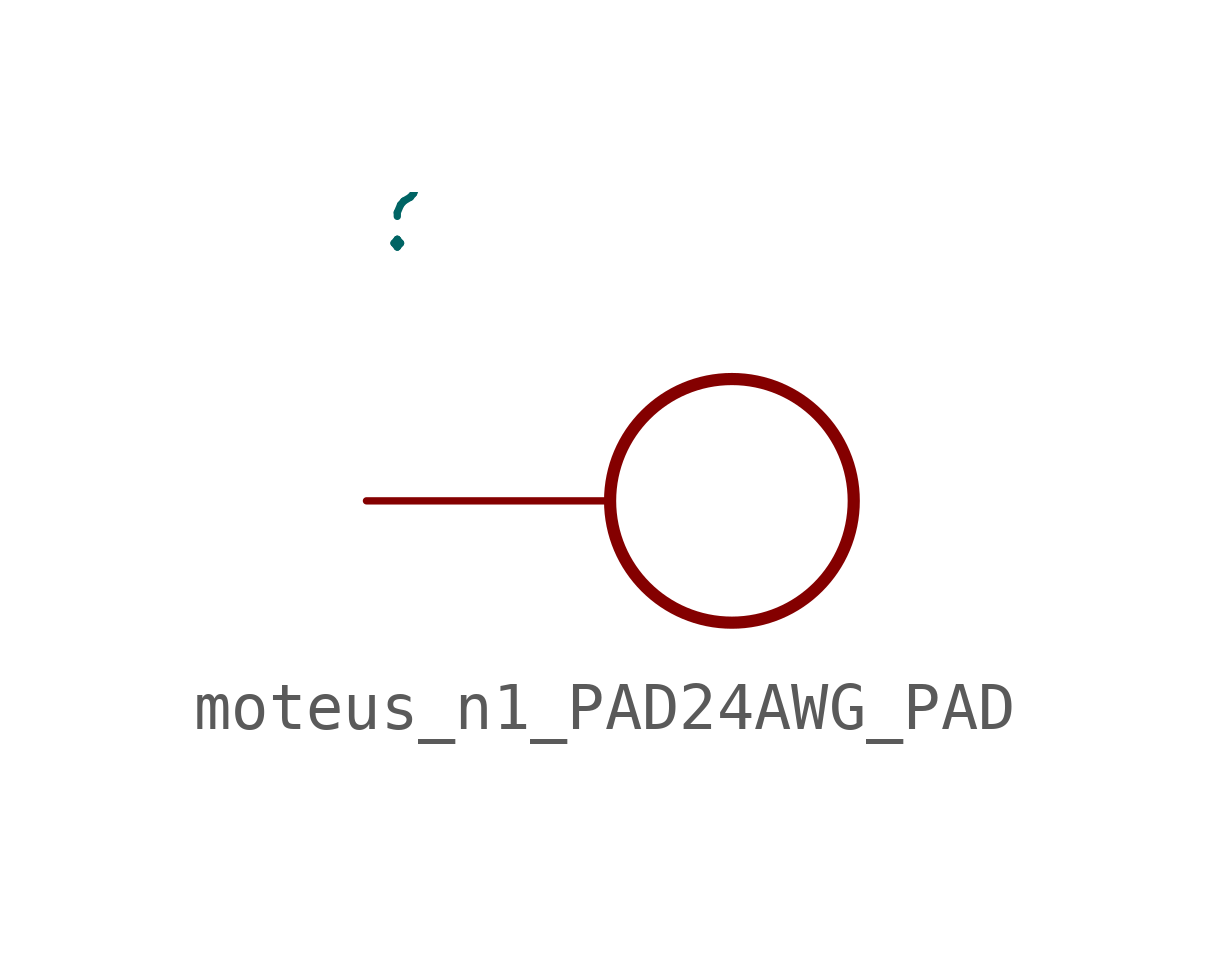
<source format=kicad_sym>
(kicad_symbol_lib
  (version 20241209)
  (generator "kicad_symbol_editor")
  (generator_version "9.0")
  (symbol "moteus_n1_PAD24AWG_PAD"
    (property "Reference" ""
      (at -7.62 5.08 0)
      (effects (font (size 1.676 1.425)) (justify left bottom)))
    (property "ki_locked" ""
      (at 0 0 0)
      (effects (font (size 1.27 1.27))))
    (symbol "moteus_n1_PAD24AWG_PAD_1_0"
      (circle (center 0 0) (radius 2.54) (stroke (width 0.254) (type solid)) (fill (type none)))
      (pin bidirectional line (at -7.62 0 0) (length 5.08) (name "P$1" (effects (font (size 0 0)))) (number "P$1" (effects (font (size 0 0))))))))
</source>
